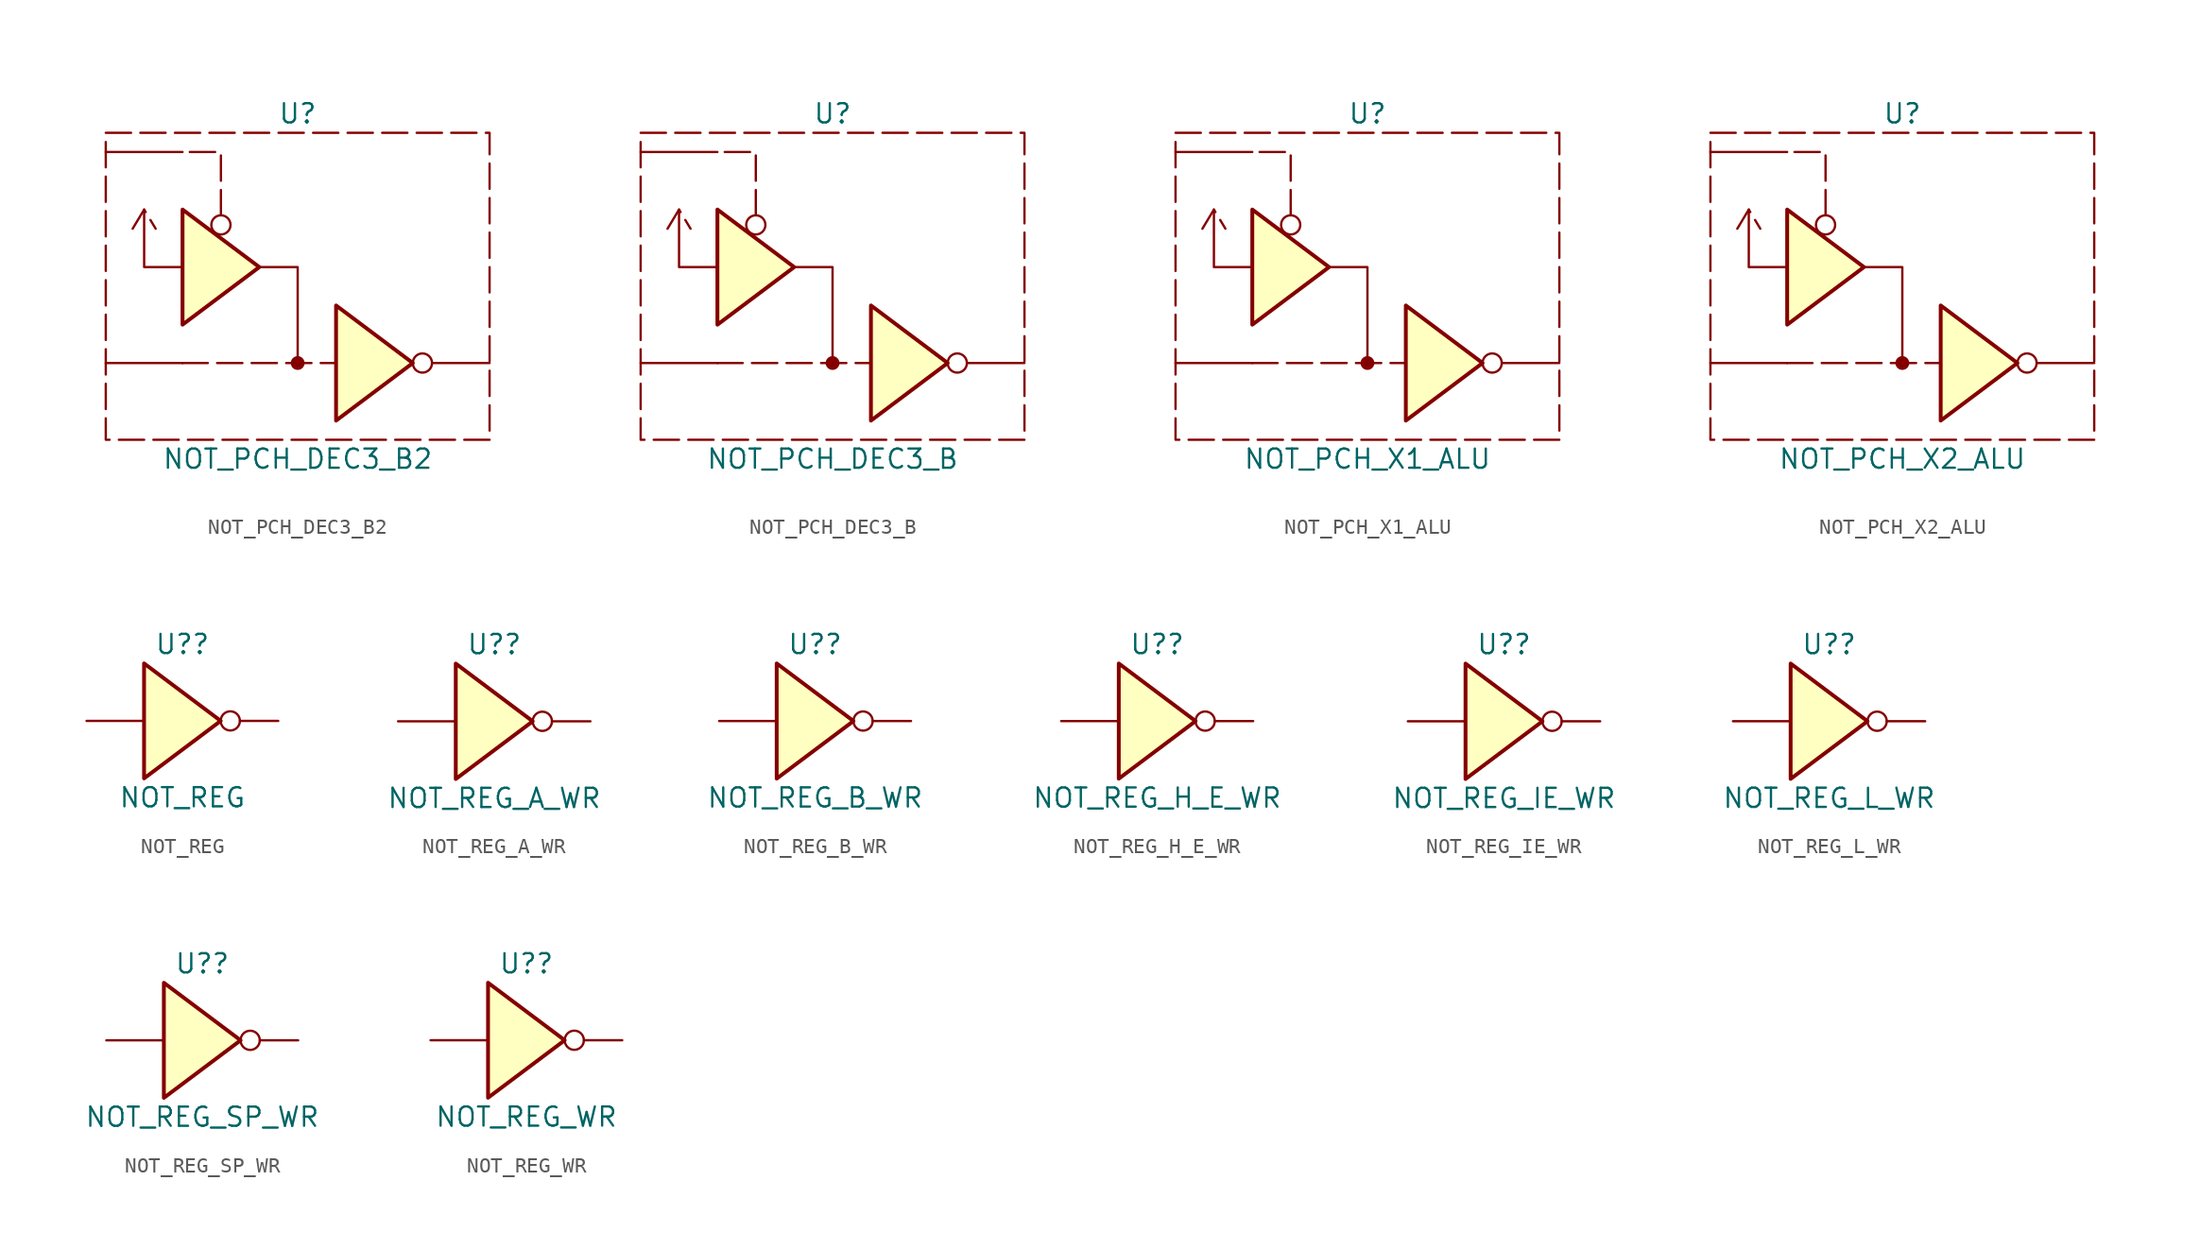
<source format=kicad_sym>
(kicad_symbol_lib
  (version 20231120)
  (generator "kicad_symbol_editor")
  (generator_version "8.0")
  (symbol "NOT_PCH_DEC3_B2"
    (pin_numbers hide)
    (pin_names hide)
    (property "Reference" "U"
      (at 0 11.43 0)
      (effects (font (size 1.27 1.27))))
    (property "Value" "NOT_PCH_DEC3_B2"
      (at 0 -11.43 0)
      (effects (font (size 1.27 1.27))))
    (symbol "NOT_PCH_DEC3_B2_0_1"
      (polyline (pts (xy -7.62 1.27) (xy -10.16 1.27) (xy -10.16 5.08)) (stroke (width 0) (type default)) (fill (type none))))
    (symbol "NOT_PCH_DEC3_B2_1_0"
      (polyline (pts (xy -7.62 5.08) (xy -7.62 -2.54) (xy -2.54 1.27) (xy -7.62 5.08)) (stroke (width 0.254) (type default)) (fill (type background)))
      (polyline (pts (xy 2.54 -1.27) (xy 2.54 -8.89) (xy 7.62 -5.08) (xy 2.54 -1.27)) (stroke (width 0.254) (type default)) (fill (type background))))
    (symbol "NOT_PCH_DEC3_B2_1_1"
      (rectangle (start -12.7 10.16) (end 12.7 -10.16) (stroke (width 0) (type dash)) (fill (type none)))
      (circle (center -5.08 4.064) (radius 0.635) (stroke (width 0) (type default)) (fill (type none)))
      (circle (center 0 -5.08) (radius 0.381) (stroke (width 0) (type default)) (fill (type outline)))
      (polyline (pts (xy -7.62 -5.08) (xy 2.54 -5.08)) (stroke (width 0) (type default)) (fill (type none)))
      (polyline (pts (xy -10.922 3.81) (xy -10.16 5.08) (xy -9.398 3.81)) (stroke (width 0) (type default)) (fill (type none)))
      (polyline (pts (xy -5.08 4.699) (xy -5.08 8.89) (xy -7.62 8.89)) (stroke (width 0) (type default)) (fill (type none)))
      (polyline (pts (xy 0 -5.08) (xy 0 1.27) (xy -2.54 1.27)) (stroke (width 0) (type default)) (fill (type none)))
      (pin bidirectional line (at -12.7 -5.08 0) (length 5.08) (name "IN" (effects (font (size 1.27 1.27)))) (number "" (effects (font (size 1.27 1.27)))))
      (pin output inverted (at 12.7 -5.08 180) (length 5.08) (name "Y" (effects (font (size 1.27 1.27)))) (number "" (effects (font (size 1.27 1.27)))))
      (pin input line (at -12.7 8.89 0) (length 5.08) (name "~{PCH}" (effects (font (size 1.27 1.27)))) (number "" (effects (font (size 1.27 1.27)))))))
  (symbol "NOT_PCH_DEC3_B"
    (pin_numbers hide)
    (pin_names hide)
    (property "Reference" "U"
      (at 0 11.43 0)
      (effects (font (size 1.27 1.27))))
    (property "Value" "NOT_PCH_DEC3_B"
      (at 0 -11.43 0)
      (effects (font (size 1.27 1.27))))
    (symbol "NOT_PCH_DEC3_B_0_1"
      (polyline (pts (xy -7.62 1.27) (xy -10.16 1.27) (xy -10.16 5.08)) (stroke (width 0) (type default)) (fill (type none))))
    (symbol "NOT_PCH_DEC3_B_1_0"
      (polyline (pts (xy -7.62 5.08) (xy -7.62 -2.54) (xy -2.54 1.27) (xy -7.62 5.08)) (stroke (width 0.254) (type default)) (fill (type background)))
      (polyline (pts (xy 2.54 -1.27) (xy 2.54 -8.89) (xy 7.62 -5.08) (xy 2.54 -1.27)) (stroke (width 0.254) (type default)) (fill (type background))))
    (symbol "NOT_PCH_DEC3_B_1_1"
      (rectangle (start -12.7 10.16) (end 12.7 -10.16) (stroke (width 0) (type dash)) (fill (type none)))
      (circle (center -5.08 4.064) (radius 0.635) (stroke (width 0) (type default)) (fill (type none)))
      (circle (center 0 -5.08) (radius 0.381) (stroke (width 0) (type default)) (fill (type outline)))
      (polyline (pts (xy -7.62 -5.08) (xy 2.54 -5.08)) (stroke (width 0) (type default)) (fill (type none)))
      (polyline (pts (xy -10.922 3.81) (xy -10.16 5.08) (xy -9.398 3.81)) (stroke (width 0) (type default)) (fill (type none)))
      (polyline (pts (xy -5.08 4.699) (xy -5.08 8.89) (xy -7.62 8.89)) (stroke (width 0) (type default)) (fill (type none)))
      (polyline (pts (xy 0 -5.08) (xy 0 1.27) (xy -2.54 1.27)) (stroke (width 0) (type default)) (fill (type none)))
      (pin bidirectional line (at -12.7 -5.08 0) (length 5.08) (name "IN" (effects (font (size 1.27 1.27)))) (number "" (effects (font (size 1.27 1.27)))))
      (pin output inverted (at 12.7 -5.08 180) (length 5.08) (name "Y" (effects (font (size 1.27 1.27)))) (number "" (effects (font (size 1.27 1.27)))))
      (pin input line (at -12.7 8.89 0) (length 5.08) (name "~{PCH}" (effects (font (size 1.27 1.27)))) (number "" (effects (font (size 1.27 1.27)))))))
  (symbol "NOT_PCH_X1_ALU"
    (pin_numbers hide)
    (pin_names hide)
    (property "Reference" "U"
      (at 0 11.43 0)
      (effects (font (size 1.27 1.27))))
    (property "Value" "NOT_PCH_X1_ALU"
      (at 0 -11.43 0)
      (effects (font (size 1.27 1.27))))
    (symbol "NOT_PCH_X1_ALU_0_1"
      (polyline (pts (xy -7.62 1.27) (xy -10.16 1.27) (xy -10.16 5.08)) (stroke (width 0) (type default)) (fill (type none))))
    (symbol "NOT_PCH_X1_ALU_1_0"
      (polyline (pts (xy -7.62 5.08) (xy -7.62 -2.54) (xy -2.54 1.27) (xy -7.62 5.08)) (stroke (width 0.254) (type default)) (fill (type background)))
      (polyline (pts (xy 2.54 -1.27) (xy 2.54 -8.89) (xy 7.62 -5.08) (xy 2.54 -1.27)) (stroke (width 0.254) (type default)) (fill (type background))))
    (symbol "NOT_PCH_X1_ALU_1_1"
      (rectangle (start -12.7 10.16) (end 12.7 -10.16) (stroke (width 0) (type dash)) (fill (type none)))
      (circle (center -5.08 4.064) (radius 0.635) (stroke (width 0) (type default)) (fill (type none)))
      (circle (center 0 -5.08) (radius 0.381) (stroke (width 0) (type default)) (fill (type outline)))
      (polyline (pts (xy -7.62 -5.08) (xy 2.54 -5.08)) (stroke (width 0) (type default)) (fill (type none)))
      (polyline (pts (xy -10.922 3.81) (xy -10.16 5.08) (xy -9.398 3.81)) (stroke (width 0) (type default)) (fill (type none)))
      (polyline (pts (xy -5.08 4.699) (xy -5.08 8.89) (xy -7.62 8.89)) (stroke (width 0) (type default)) (fill (type none)))
      (polyline (pts (xy 0 -5.08) (xy 0 1.27) (xy -2.54 1.27)) (stroke (width 0) (type default)) (fill (type none)))
      (pin bidirectional line (at -12.7 -5.08 0) (length 5.08) (name "IN" (effects (font (size 1.27 1.27)))) (number "" (effects (font (size 1.27 1.27)))))
      (pin output inverted (at 12.7 -5.08 180) (length 5.08) (name "Y" (effects (font (size 1.27 1.27)))) (number "" (effects (font (size 1.27 1.27)))))
      (pin input line (at -12.7 8.89 0) (length 5.08) (name "~{PCH}" (effects (font (size 1.27 1.27)))) (number "" (effects (font (size 1.27 1.27)))))))
  (symbol "NOT_PCH_X2_ALU"
    (pin_numbers hide)
    (pin_names hide)
    (property "Reference" "U"
      (at 0 11.43 0)
      (effects (font (size 1.27 1.27))))
    (property "Value" "NOT_PCH_X2_ALU"
      (at 0 -11.43 0)
      (effects (font (size 1.27 1.27))))
    (symbol "NOT_PCH_X2_ALU_0_1"
      (polyline (pts (xy -7.62 1.27) (xy -10.16 1.27) (xy -10.16 5.08)) (stroke (width 0) (type default)) (fill (type none))))
    (symbol "NOT_PCH_X2_ALU_1_0"
      (polyline (pts (xy -7.62 5.08) (xy -7.62 -2.54) (xy -2.54 1.27) (xy -7.62 5.08)) (stroke (width 0.254) (type default)) (fill (type background)))
      (polyline (pts (xy 2.54 -1.27) (xy 2.54 -8.89) (xy 7.62 -5.08) (xy 2.54 -1.27)) (stroke (width 0.254) (type default)) (fill (type background))))
    (symbol "NOT_PCH_X2_ALU_1_1"
      (rectangle (start -12.7 10.16) (end 12.7 -10.16) (stroke (width 0) (type dash)) (fill (type none)))
      (circle (center -5.08 4.064) (radius 0.635) (stroke (width 0) (type default)) (fill (type none)))
      (circle (center 0 -5.08) (radius 0.381) (stroke (width 0) (type default)) (fill (type outline)))
      (polyline (pts (xy -7.62 -5.08) (xy 2.54 -5.08)) (stroke (width 0) (type default)) (fill (type none)))
      (polyline (pts (xy -10.922 3.81) (xy -10.16 5.08) (xy -9.398 3.81)) (stroke (width 0) (type default)) (fill (type none)))
      (polyline (pts (xy -5.08 4.699) (xy -5.08 8.89) (xy -7.62 8.89)) (stroke (width 0) (type default)) (fill (type none)))
      (polyline (pts (xy 0 -5.08) (xy 0 1.27) (xy -2.54 1.27)) (stroke (width 0) (type default)) (fill (type none)))
      (pin bidirectional line (at -12.7 -5.08 0) (length 5.08) (name "IN" (effects (font (size 1.27 1.27)))) (number "" (effects (font (size 1.27 1.27)))))
      (pin output inverted (at 12.7 -5.08 180) (length 5.08) (name "Y" (effects (font (size 1.27 1.27)))) (number "" (effects (font (size 1.27 1.27)))))
      (pin input line (at -12.7 8.89 0) (length 5.08) (name "~{PCH}" (effects (font (size 1.27 1.27)))) (number "" (effects (font (size 1.27 1.27)))))))
  (symbol "NOT_REG"
    (pin_numbers hide)
    (pin_names hide)
    (property "Reference" "U?"
      (at 0 5.08 0)
      (effects (font (size 1.27 1.27))))
    (property "Value" "NOT_REG"
      (at 0 -5.08 0)
      (effects (font (size 1.27 1.27))))
    (symbol "NOT_REG_1_0"
      (polyline (pts (xy -2.54 3.81) (xy -2.54 -3.81) (xy 2.54 0) (xy -2.54 3.81)) (stroke (width 0.254) (type default)) (fill (type background)))
      (pin input line (at -6.35 0 0) (length 3.81) (name "~" (effects (font (size 1.27 1.27)))) (number "1" (effects (font (size 1.27 1.27)))))
      (pin output inverted (at 6.35 0 180) (length 3.81) (name "~" (effects (font (size 1.27 1.27)))) (number "2" (effects (font (size 1.27 1.27)))))))
  (symbol "NOT_REG_A_WR"
    (pin_numbers hide)
    (pin_names hide)
    (property "Reference" "U?"
      (at 0 5.08 0)
      (effects (font (size 1.27 1.27))))
    (property "Value" "NOT_REG_A_WR"
      (at 0 -5.08 0)
      (effects (font (size 1.27 1.27))))
    (symbol "NOT_REG_A_WR_1_0"
      (polyline (pts (xy -2.54 3.81) (xy -2.54 -3.81) (xy 2.54 0) (xy -2.54 3.81)) (stroke (width 0.254) (type default)) (fill (type background)))
      (pin input line (at -6.35 0 0) (length 3.81) (name "~" (effects (font (size 1.27 1.27)))) (number "1" (effects (font (size 1.27 1.27)))))
      (pin output inverted (at 6.35 0 180) (length 3.81) (name "~" (effects (font (size 1.27 1.27)))) (number "2" (effects (font (size 1.27 1.27)))))))
  (symbol "NOT_REG_B_WR"
    (pin_numbers hide)
    (pin_names hide)
    (property "Reference" "U?"
      (at 0 5.08 0)
      (effects (font (size 1.27 1.27))))
    (property "Value" "NOT_REG_B_WR"
      (at 0 -5.08 0)
      (effects (font (size 1.27 1.27))))
    (symbol "NOT_REG_B_WR_1_0"
      (polyline (pts (xy -2.54 3.81) (xy -2.54 -3.81) (xy 2.54 0) (xy -2.54 3.81)) (stroke (width 0.254) (type default)) (fill (type background)))
      (pin input line (at -6.35 0 0) (length 3.81) (name "~" (effects (font (size 1.27 1.27)))) (number "1" (effects (font (size 1.27 1.27)))))
      (pin output inverted (at 6.35 0 180) (length 3.81) (name "~" (effects (font (size 1.27 1.27)))) (number "2" (effects (font (size 1.27 1.27)))))))
  (symbol "NOT_REG_H_E_WR"
    (pin_numbers hide)
    (pin_names hide)
    (property "Reference" "U?"
      (at 0 5.08 0)
      (effects (font (size 1.27 1.27))))
    (property "Value" "NOT_REG_H_E_WR"
      (at 0 -5.08 0)
      (effects (font (size 1.27 1.27))))
    (symbol "NOT_REG_H_E_WR_1_0"
      (polyline (pts (xy -2.54 3.81) (xy -2.54 -3.81) (xy 2.54 0) (xy -2.54 3.81)) (stroke (width 0.254) (type default)) (fill (type background)))
      (pin input line (at -6.35 0 0) (length 3.81) (name "~" (effects (font (size 1.27 1.27)))) (number "1" (effects (font (size 1.27 1.27)))))
      (pin output inverted (at 6.35 0 180) (length 3.81) (name "~" (effects (font (size 1.27 1.27)))) (number "2" (effects (font (size 1.27 1.27)))))))
  (symbol "NOT_REG_IE_WR"
    (pin_numbers hide)
    (pin_names hide)
    (property "Reference" "U?"
      (at 0 5.08 0)
      (effects (font (size 1.27 1.27))))
    (property "Value" "NOT_REG_IE_WR"
      (at 0 -5.08 0)
      (effects (font (size 1.27 1.27))))
    (symbol "NOT_REG_IE_WR_1_0"
      (polyline (pts (xy -2.54 3.81) (xy -2.54 -3.81) (xy 2.54 0) (xy -2.54 3.81)) (stroke (width 0.254) (type default)) (fill (type background)))
      (pin input line (at -6.35 0 0) (length 3.81) (name "~" (effects (font (size 1.27 1.27)))) (number "1" (effects (font (size 1.27 1.27)))))
      (pin output inverted (at 6.35 0 180) (length 3.81) (name "~" (effects (font (size 1.27 1.27)))) (number "2" (effects (font (size 1.27 1.27)))))))
  (symbol "NOT_REG_L_WR"
    (pin_numbers hide)
    (pin_names hide)
    (property "Reference" "U?"
      (at 0 5.08 0)
      (effects (font (size 1.27 1.27))))
    (property "Value" "NOT_REG_L_WR"
      (at 0 -5.08 0)
      (effects (font (size 1.27 1.27))))
    (symbol "NOT_REG_L_WR_1_0"
      (polyline (pts (xy -2.54 3.81) (xy -2.54 -3.81) (xy 2.54 0) (xy -2.54 3.81)) (stroke (width 0.254) (type default)) (fill (type background)))
      (pin input line (at -6.35 0 0) (length 3.81) (name "~" (effects (font (size 1.27 1.27)))) (number "1" (effects (font (size 1.27 1.27)))))
      (pin output inverted (at 6.35 0 180) (length 3.81) (name "~" (effects (font (size 1.27 1.27)))) (number "2" (effects (font (size 1.27 1.27)))))))
  (symbol "NOT_REG_SP_WR"
    (pin_numbers hide)
    (pin_names hide)
    (property "Reference" "U?"
      (at 0 5.08 0)
      (effects (font (size 1.27 1.27))))
    (property "Value" "NOT_REG_SP_WR"
      (at 0 -5.08 0)
      (effects (font (size 1.27 1.27))))
    (symbol "NOT_REG_SP_WR_1_0"
      (polyline (pts (xy -2.54 3.81) (xy -2.54 -3.81) (xy 2.54 0) (xy -2.54 3.81)) (stroke (width 0.254) (type default)) (fill (type background)))
      (pin input line (at -6.35 0 0) (length 3.81) (name "~" (effects (font (size 1.27 1.27)))) (number "1" (effects (font (size 1.27 1.27)))))
      (pin output inverted (at 6.35 0 180) (length 3.81) (name "~" (effects (font (size 1.27 1.27)))) (number "2" (effects (font (size 1.27 1.27)))))))
  (symbol "NOT_REG_WR"
    (pin_numbers hide)
    (pin_names hide)
    (property "Reference" "U?"
      (at 0 5.08 0)
      (effects (font (size 1.27 1.27))))
    (property "Value" "NOT_REG_WR"
      (at 0 -5.08 0)
      (effects (font (size 1.27 1.27))))
    (symbol "NOT_REG_WR_1_0"
      (polyline (pts (xy -2.54 3.81) (xy -2.54 -3.81) (xy 2.54 0) (xy -2.54 3.81)) (stroke (width 0.254) (type default)) (fill (type background)))
      (pin input line (at -6.35 0 0) (length 3.81) (name "~" (effects (font (size 1.27 1.27)))) (number "1" (effects (font (size 1.27 1.27)))))
      (pin output inverted (at 6.35 0 180) (length 3.81) (name "~" (effects (font (size 1.27 1.27)))) (number "2" (effects (font (size 1.27 1.27))))))))
</source>
